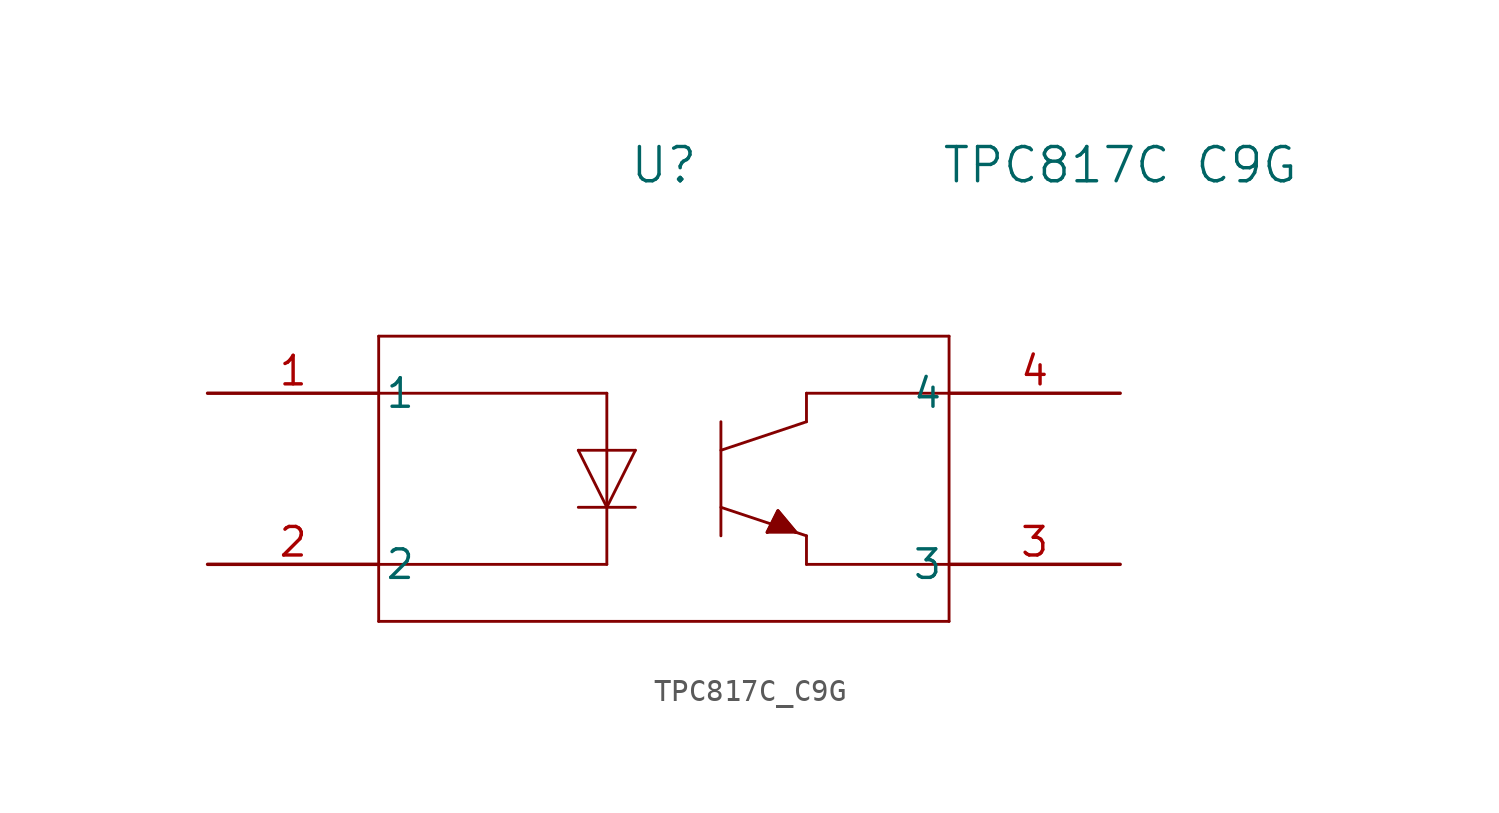
<source format=kicad_sym>
(kicad_symbol_lib
  (version 20211014)
  (generator kicad_symbol_editor)
  (symbol "TPC817C_C9G"
    (pin_names
      (offset 0.254))
    (property "Reference" "U"
      (at 20.32 10.16 0)
      (effects (font (size 1.524 1.524))))
    (property "Value" "TPC817C C9G"
      (at 40.64 10.16 0)
      (effects (font (size 1.524 1.524))))
    (polyline
      (pts (xy 7.62 2.54) (xy 7.62 -10.16))
      (stroke (width 0.127) (type default) (color 0 0 0 0))
      (fill (type none)))
    (polyline
      (pts (xy 7.62 -10.16) (xy 33.02 -10.16))
      (stroke (width 0.127) (type default) (color 0 0 0 0))
      (fill (type none)))
    (polyline
      (pts (xy 33.02 -10.16) (xy 33.02 2.54))
      (stroke (width 0.127) (type default) (color 0 0 0 0))
      (fill (type none)))
    (polyline
      (pts (xy 33.02 2.54) (xy 7.62 2.54))
      (stroke (width 0.127) (type default) (color 0 0 0 0))
      (fill (type none)))
    (polyline
      (pts (xy 7.62 0) (xy 17.78 0))
      (stroke (width 0.127) (type default) (color 0 0 0 0))
      (fill (type none)))
    (polyline
      (pts (xy 17.78 0) (xy 17.78 -7.62))
      (stroke (width 0.127) (type default) (color 0 0 0 0))
      (fill (type none)))
    (polyline
      (pts (xy 17.78 -7.62) (xy 7.62 -7.62))
      (stroke (width 0.127) (type default) (color 0 0 0 0))
      (fill (type none)))
    (polyline
      (pts (xy 33.02 0) (xy 26.67 0))
      (stroke (width 0.127) (type default) (color 0 0 0 0))
      (fill (type none)))
    (polyline
      (pts (xy 22.86 -1.27) (xy 22.86 -6.35))
      (stroke (width 0.127) (type default) (color 0 0 0 0))
      (fill (type none)))
    (polyline
      (pts (xy 26.67 -7.62) (xy 33.02 -7.62))
      (stroke (width 0.127) (type default) (color 0 0 0 0))
      (fill (type none)))
    (polyline
      (pts (xy 16.51 -2.54) (xy 19.05 -2.54))
      (stroke (width 0.127) (type default) (color 0 0 0 0))
      (fill (type none)))
    (polyline
      (pts (xy 19.05 -2.54) (xy 17.78 -5.08))
      (stroke (width 0.127) (type default) (color 0 0 0 0))
      (fill (type none)))
    (polyline
      (pts (xy 17.78 -5.08) (xy 16.51 -2.54))
      (stroke (width 0.127) (type default) (color 0 0 0 0))
      (fill (type none)))
    (polyline
      (pts (xy 16.51 -5.08) (xy 19.05 -5.08))
      (stroke (width 0.127) (type default) (color 0 0 0 0))
      (fill (type none)))
    (polyline
      (pts (xy 22.86 -2.54) (xy 26.67 -1.27))
      (stroke (width 0.127) (type default) (color 0 0 0 0))
      (fill (type none)))
    (polyline
      (pts (xy 22.86 -5.08) (xy 26.67 -6.35))
      (stroke (width 0.127) (type default) (color 0 0 0 0))
      (fill (type none)))
    (polyline
      (pts (xy 26.67 -6.35) (xy 26.67 -7.62))
      (stroke (width 0.127) (type default) (color 0 0 0 0))
      (fill (type none)))
    (polyline
      (pts (xy 26.67 -1.27) (xy 26.67 0))
      (stroke (width 0.127) (type default) (color 0 0 0 0))
      (fill (type none)))
    (polyline
      (pts (xy 26.194 -6.191) (xy 24.924 -6.191))
      (stroke (width 0.127) (type default) (color 0 0 0 0))
      (fill (type none)))
    (polyline
      (pts (xy 26.194 -6.191) (xy 25.4 -5.239))
      (stroke (width 0.127) (type default) (color 0 0 0 0))
      (fill (type none)))
    (polyline
      (pts (xy 25.4 -5.239) (xy 24.924 -6.191))
      (stroke (width 0.127) (type default) (color 0 0 0 0))
      (fill (type none)))
    (polyline
      (pts (xy 26.194 -6.191) (xy 25.4 -5.239) (xy 24.924 -6.191))
      (stroke (width 0) (type default) (color 0 0 0 0))
      (fill (type outline)))
    (pin unspecified line
      (at 0 0 0)
      (length 7.62)
      (name "1" (effects (font (size 1.27 1.27))))
      (number "1" (effects (font (size 1.27 1.27)))))
    (pin unspecified line
      (at 0 -7.62 0)
      (length 7.62)
      (name "2" (effects (font (size 1.27 1.27))))
      (number "2" (effects (font (size 1.27 1.27)))))
    (pin unspecified line
      (at 40.64 -7.62 180)
      (length 7.62)
      (name "3" (effects (font (size 1.27 1.27))))
      (number "3" (effects (font (size 1.27 1.27)))))
    (pin unspecified line
      (at 40.64 0 180)
      (length 7.62)
      (name "4" (effects (font (size 1.27 1.27))))
      (number "4" (effects (font (size 1.27 1.27)))))))
</source>
